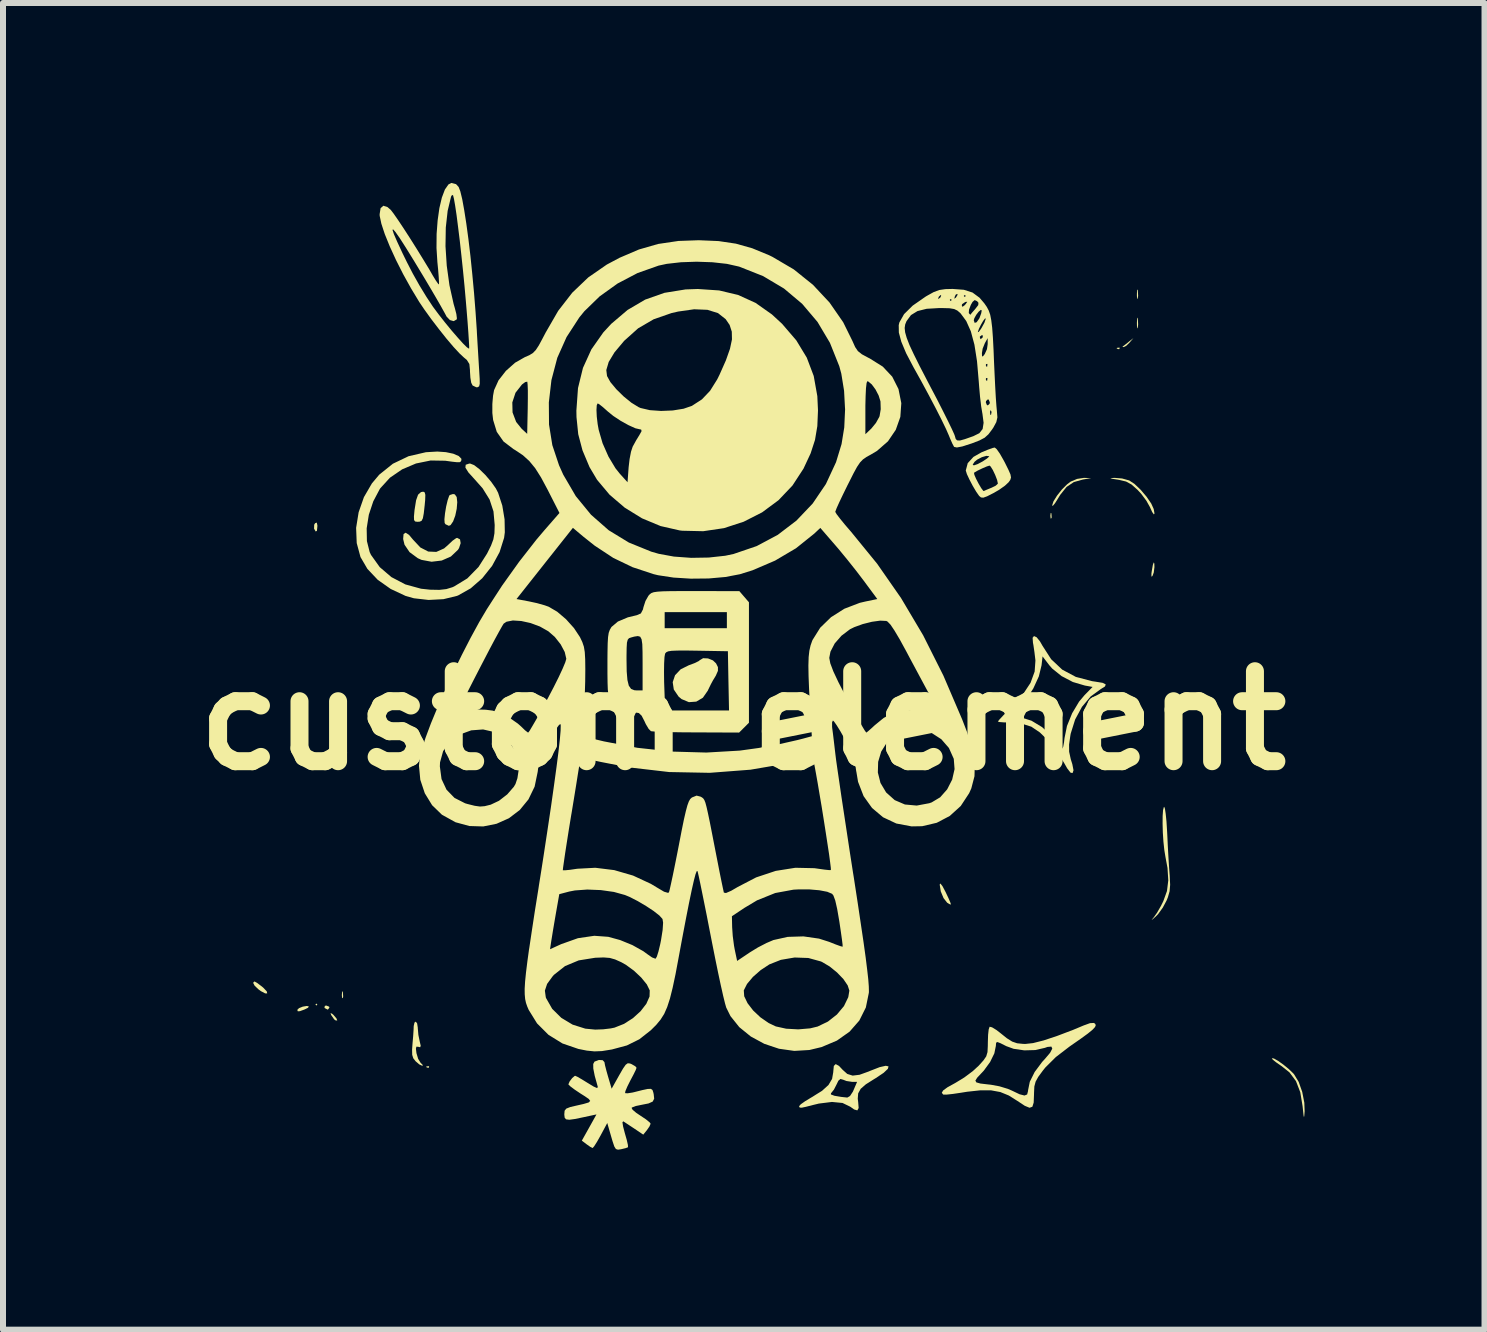
<source format=kicad_pcb>
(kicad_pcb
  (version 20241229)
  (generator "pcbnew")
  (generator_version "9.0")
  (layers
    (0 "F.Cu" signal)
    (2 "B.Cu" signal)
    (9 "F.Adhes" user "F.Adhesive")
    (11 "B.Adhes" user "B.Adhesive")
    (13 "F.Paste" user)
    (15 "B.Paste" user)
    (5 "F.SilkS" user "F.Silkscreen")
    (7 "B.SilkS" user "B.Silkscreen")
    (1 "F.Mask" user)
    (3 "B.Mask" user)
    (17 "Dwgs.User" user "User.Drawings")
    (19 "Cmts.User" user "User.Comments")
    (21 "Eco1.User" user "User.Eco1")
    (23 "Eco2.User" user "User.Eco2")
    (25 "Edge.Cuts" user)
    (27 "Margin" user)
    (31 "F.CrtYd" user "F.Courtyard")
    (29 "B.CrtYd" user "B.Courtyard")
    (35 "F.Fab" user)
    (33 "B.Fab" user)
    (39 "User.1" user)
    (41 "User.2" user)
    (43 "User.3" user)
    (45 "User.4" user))
  (footprint "custom element"
    (layer "F.Cu")
    (at 9.336 8.962)
    (property "Reference" "custom element" (at 0 0 0) (layer "F.SilkS") (effects (font (size 1.5 1.5) (thickness 0.3))))
    (attr board_only exclude_from_pos_files exclude_from_bom)
    (fp_poly (pts (xy -7.095 4.735) (xy -7.111 4.752) (xy -7.128 4.735) (xy -7.111 4.719)) (stroke (width 0) (type solid)) (fill yes) (layer "F.SilkS"))
    (fp_poly (pts (xy -5.232 5.767) (xy -5.236 5.787) (xy -5.254 5.789) (xy -5.282 5.777) (xy -5.276 5.767) (xy -5.237 5.763)) (stroke (width 0) (type solid)) (fill yes) (layer "F.SilkS"))
    (fp_poly (pts (xy 5.142 -3.455) (xy 5.147 -3.387) (xy 5.142 -3.372) (xy 5.13 -3.367) (xy 5.125 -3.413) (xy 5.131 -3.461)) (stroke (width 0) (type solid)) (fill yes) (layer "F.SilkS"))
    (fp_poly (pts (xy 6.28 -6.213) (xy 6.276 -6.193) (xy 6.258 -6.191) (xy 6.23 -6.203) (xy 6.236 -6.213) (xy 6.275 -6.217)) (stroke (width 0) (type solid)) (fill yes) (layer "F.SilkS"))
    (fp_poly (pts (xy -7.095 -3.254) (xy -7.095 -3.236) (xy -7.102 -3.163) (xy -7.123 -3.151) (xy -7.15 -3.198) (xy -7.148 -3.264) (xy -7.133 -3.289) (xy -7.105 -3.3)) (stroke (width 0) (type solid)) (fill yes) (layer "F.SilkS"))
    (fp_poly (pts (xy -6.9 4.77) (xy -6.894 4.786) (xy -6.918 4.818) (xy -6.925 4.819) (xy -6.971 4.795) (xy -6.977 4.786) (xy -6.97 4.757) (xy -6.946 4.752)) (stroke (width 0) (type solid)) (fill yes) (layer "F.SilkS"))
    (fp_poly (pts (xy -6.671 4.521) (xy -6.67 4.527) (xy -6.665 4.6) (xy -6.671 4.627) (xy -6.682 4.628) (xy -6.687 4.576) (xy -6.686 4.568) (xy -6.682 4.516)) (stroke (width 0) (type solid)) (fill yes) (layer "F.SilkS"))
    (fp_poly (pts (xy 6.583 -6.701) (xy 6.588 -6.604) (xy 6.583 -6.551) (xy 6.574 -6.535) (xy 6.569 -6.577) (xy 6.568 -6.626) (xy 6.571 -6.698) (xy 6.578 -6.718)) (stroke (width 0) (type solid)) (fill yes) (layer "F.SilkS"))
    (fp_poly (pts (xy 6.583 -7.17) (xy 6.588 -7.082) (xy 6.582 -7.036) (xy 6.573 -7.028) (xy 6.568 -7.076) (xy 6.568 -7.111) (xy 6.571 -7.176) (xy 6.578 -7.186)) (stroke (width 0) (type solid)) (fill yes) (layer "F.SilkS"))
    (fp_poly (pts (xy -6.85 4.888) (xy -6.825 4.91) (xy -6.777 4.966) (xy -6.764 5.001) (xy -6.765 5.003) (xy -6.798 4.997) (xy -6.817 4.979) (xy -6.865 4.91) (xy -6.876 4.877)) (stroke (width 0) (type solid)) (fill yes) (layer "F.SilkS"))
    (fp_poly (pts (xy 6.445 -6.3) (xy 6.389 -6.246) (xy 6.348 -6.225) (xy 6.325 -6.231) (xy 6.328 -6.233) (xy 6.361 -6.258) (xy 6.423 -6.306) (xy 6.425 -6.309) (xy 6.509 -6.375)) (stroke (width 0) (type solid)) (fill yes) (layer "F.SilkS"))
    (fp_poly (pts (xy 6.858 -2.617) (xy 6.86 -2.557) (xy 6.849 -2.468) (xy 6.827 -2.409) (xy 6.81 -2.398) (xy 6.81 -2.45) (xy 6.816 -2.493) (xy 6.834 -2.595) (xy 6.849 -2.637)) (stroke (width 0) (type solid)) (fill yes) (layer "F.SilkS"))
    (fp_poly (pts (xy -7.237 4.766) (xy -7.251 4.789) (xy -7.31 4.818) (xy -7.31 4.818) (xy -7.387 4.846) (xy -7.421 4.848) (xy -7.429 4.827) (xy -7.429 4.823) (xy -7.401 4.795) (xy -7.338 4.77) (xy -7.272 4.759)) (stroke (width 0) (type solid)) (fill yes) (layer "F.SilkS"))
    (fp_poly (pts (xy -8.102 4.373) (xy -8.034 4.424) (xy -7.999 4.452) (xy -7.939 4.515) (xy -7.931 4.549) (xy -7.966 4.549) (xy -8.036 4.512) (xy -8.077 4.482) (xy -8.141 4.421) (xy -8.166 4.373) (xy -8.147 4.352) (xy -8.14 4.352)) (stroke (width 0) (type solid)) (fill yes) (layer "F.SilkS"))
    (fp_poly (pts (xy 3.326 2.761) (xy 3.379 2.861) (xy 3.427 2.963) (xy 3.459 3.038) (xy 3.468 3.069) (xy 3.438 3.059) (xy 3.404 3.037) (xy 3.344 2.96) (xy 3.298 2.849) (xy 3.28 2.735) (xy 3.28 2.734) (xy 3.292 2.717)) (stroke (width 0) (type solid)) (fill yes) (layer "F.SilkS"))
    (fp_poly (pts (xy -4.803 -3.77) (xy -4.772 -3.725) (xy -4.763 -3.639) (xy -4.772 -3.529) (xy -4.796 -3.416) (xy -4.832 -3.319) (xy -4.874 -3.258) (xy -4.903 -3.246) (xy -4.959 -3.272) (xy -4.973 -3.293) (xy -4.977 -3.354) (xy -4.967 -3.453) (xy -4.948 -3.568) (xy -4.923 -3.673) (xy -4.898 -3.745) (xy -4.888 -3.759) (xy -4.834 -3.776)) (stroke (width 0) (type solid)) (fill yes) (layer "F.SilkS"))
    (fp_poly (pts (xy 5.689 -4.045) (xy 5.806 -4.041) (xy 5.668 -4.018) (xy 5.516 -3.975) (xy 5.395 -3.894) (xy 5.29 -3.763) (xy 5.255 -3.706) (xy 5.203 -3.623) (xy 5.167 -3.58) (xy 5.154 -3.584) (xy 5.177 -3.654) (xy 5.236 -3.749) (xy 5.316 -3.85) (xy 5.404 -3.938) (xy 5.464 -3.983) (xy 5.571 -4.028) (xy 5.683 -4.045)) (stroke (width 0) (type solid)) (fill yes) (layer "F.SilkS"))
    (fp_poly (pts (xy -5.306 -3.804) (xy -5.295 -3.762) (xy -5.298 -3.675) (xy -5.306 -3.589) (xy -5.321 -3.454) (xy -5.336 -3.372) (xy -5.357 -3.33) (xy -5.389 -3.315) (xy -5.428 -3.313) (xy -5.465 -3.318) (xy -5.483 -3.342) (xy -5.485 -3.401) (xy -5.475 -3.51) (xy -5.473 -3.522) (xy -5.449 -3.672) (xy -5.416 -3.765) (xy -5.368 -3.808) (xy -5.331 -3.815)) (stroke (width 0) (type solid)) (fill yes) (layer "F.SilkS"))
    (fp_poly (pts (xy 8.853 5.635) (xy 8.923 5.675) (xy 9.01 5.737) (xy 9.099 5.81) (xy 9.173 5.881) (xy 9.188 5.898) (xy 9.265 6.025) (xy 9.324 6.192) (xy 9.359 6.373) (xy 9.364 6.516) (xy 9.358 6.591) (xy 9.353 6.614) (xy 9.346 6.581) (xy 9.336 6.487) (xy 9.33 6.43) (xy 9.291 6.196) (xy 9.22 6.012) (xy 9.111 5.866) (xy 8.976 5.759) (xy 8.888 5.698) (xy 8.83 5.651) (xy 8.817 5.629)) (stroke (width 0) (type solid)) (fill yes) (layer "F.SilkS"))
    (fp_poly (pts (xy 6.321 -4.035) (xy 6.437 -4.003) (xy 6.44 -4.002) (xy 6.527 -3.945) (xy 6.629 -3.848) (xy 6.728 -3.732) (xy 6.807 -3.617) (xy 6.848 -3.526) (xy 6.861 -3.451) (xy 6.851 -3.436) (xy 6.822 -3.476) (xy 6.784 -3.56) (xy 6.725 -3.665) (xy 6.639 -3.78) (xy 6.579 -3.845) (xy 6.479 -3.934) (xy 6.388 -3.984) (xy 6.275 -4.011) (xy 6.253 -4.015) (xy 6.158 -4.03) (xy 6.125 -4.038) (xy 6.151 -4.043) (xy 6.2 -4.045)) (stroke (width 0) (type solid)) (fill yes) (layer "F.SilkS"))
    (fp_poly (pts (xy -5.567 -3.095) (xy -5.5 -3.015) (xy -5.378 -2.885) (xy -5.247 -2.817) (xy -5.112 -2.811) (xy -4.982 -2.869) (xy -4.915 -2.928) (xy -4.842 -2.997) (xy -4.783 -3.039) (xy -4.765 -3.045) (xy -4.717 -3.02) (xy -4.706 -2.957) (xy -4.733 -2.875) (xy -4.751 -2.846) (xy -4.869 -2.734) (xy -5.022 -2.667) (xy -5.191 -2.647) (xy -5.359 -2.678) (xy -5.421 -2.706) (xy -5.558 -2.807) (xy -5.642 -2.931) (xy -5.665 -3.026) (xy -5.658 -3.108) (xy -5.624 -3.131)) (stroke (width 0) (type solid)) (fill yes) (layer "F.SilkS"))
    (fp_poly (pts (xy -0.582 -1.035) (xy -0.5 -1.002) (xy -0.448 -0.952) (xy -0.417 -0.89) (xy -0.417 -0.828) (xy -0.452 -0.748) (xy -0.5 -0.669) (xy -0.534 -0.606) (xy -0.578 -0.516) (xy -0.586 -0.498) (xy -0.668 -0.38) (xy -0.778 -0.315) (xy -0.901 -0.306) (xy -1.023 -0.357) (xy -1.073 -0.399) (xy -1.153 -0.517) (xy -1.171 -0.639) (xy -1.132 -0.755) (xy -1.038 -0.854) (xy -0.905 -0.92) (xy -0.806 -0.957) (xy -0.737 -0.991) (xy -0.718 -1.007) (xy -0.664 -1.039)) (stroke (width 0) (type solid)) (fill yes) (layer "F.SilkS"))
    (fp_poly (pts (xy -5.432 5.049) (xy -5.421 5.12) (xy -5.421 5.129) (xy -5.411 5.242) (xy -5.389 5.349) (xy -5.372 5.422) (xy -5.381 5.447) (xy -5.411 5.44) (xy -5.444 5.437) (xy -5.452 5.472) (xy -5.443 5.546) (xy -5.415 5.64) (xy -5.373 5.708) (xy -5.366 5.714) (xy -5.335 5.746) (xy -5.347 5.756) (xy -5.395 5.734) (xy -5.457 5.681) (xy -5.496 5.631) (xy -5.514 5.574) (xy -5.516 5.488) (xy -5.509 5.388) (xy -5.498 5.262) (xy -5.491 5.154) (xy -5.489 5.095) (xy -5.476 5.036) (xy -5.455 5.02)) (stroke (width 0) (type solid)) (fill yes) (layer "F.SilkS"))
    (fp_poly (pts (xy 7.035 1.47) (xy 7.048 1.557) (xy 7.061 1.686) (xy 7.071 1.845) (xy 7.074 1.899) (xy 7.083 2.094) (xy 7.094 2.288) (xy 7.105 2.461) (xy 7.115 2.591) (xy 7.115 2.596) (xy 7.122 2.739) (xy 7.113 2.847) (xy 7.084 2.948) (xy 7.062 3.002) (xy 6.999 3.12) (xy 6.921 3.228) (xy 6.883 3.267) (xy 6.825 3.318) (xy 6.813 3.324) (xy 6.845 3.286) (xy 6.85 3.28) (xy 6.905 3.202) (xy 6.968 3.092) (xy 7.008 3.012) (xy 7.069 2.843) (xy 7.091 2.664) (xy 7.078 2.458) (xy 7.044 2.276) (xy 7.025 2.16) (xy 7.01 2.02) (xy 7 1.868) (xy 6.996 1.72) (xy 6.997 1.59) (xy 7.004 1.493) (xy 7.017 1.443) (xy 7.023 1.439)) (stroke (width 0) (type solid)) (fill yes) (layer "F.SilkS"))
    (fp_poly (pts (xy 1.601 5.758) (xy 1.662 5.823) (xy 1.739 5.892) (xy 1.829 5.92) (xy 1.944 5.906) (xy 2.097 5.851) (xy 2.122 5.84) (xy 2.279 5.779) (xy 2.381 5.756) (xy 2.427 5.766) (xy 2.416 5.807) (xy 2.345 5.874) (xy 2.212 5.963) (xy 2.187 5.978) (xy 2.049 6.065) (xy 1.963 6.14) (xy 1.921 6.216) (xy 1.914 6.305) (xy 1.921 6.361) (xy 1.929 6.46) (xy 1.907 6.5) (xy 1.853 6.484) (xy 1.79 6.439) (xy 1.66 6.376) (xy 1.484 6.359) (xy 1.266 6.386) (xy 1.171 6.409) (xy 1.05 6.44) (xy 0.98 6.455) (xy 0.947 6.453) (xy 0.937 6.436) (xy 0.937 6.428) (xy 0.964 6.398) (xy 1.036 6.347) (xy 1.137 6.286) (xy 1.153 6.277) (xy 1.221 6.234) (xy 1.466 6.234) (xy 1.525 6.256) (xy 1.638 6.275) (xy 1.74 6.286) (xy 1.785 6.26) (xy 1.833 6.187) (xy 1.846 6.157) (xy 1.903 6.024) (xy 1.819 6.024) (xy 1.726 6.01) (xy 1.672 5.989) (xy 1.625 5.976) (xy 1.591 6.005) (xy 1.56 6.069) (xy 1.517 6.153) (xy 1.473 6.208) (xy 1.468 6.212) (xy 1.466 6.234) (xy 1.221 6.234) (xy 1.318 6.174) (xy 1.426 6.076) (xy 1.486 5.975) (xy 1.506 5.86) (xy 1.506 5.852) (xy 1.515 5.759) (xy 1.546 5.728)) (stroke (width 0) (type solid)) (fill yes) (layer "F.SilkS"))
    (fp_poly (pts (xy 4.231 -4.523) (xy 4.283 -4.449) (xy 4.344 -4.342) (xy 4.365 -4.303) (xy 4.426 -4.18) (xy 4.46 -4.102) (xy 4.469 -4.051) (xy 4.457 -4.012) (xy 4.43 -3.973) (xy 4.368 -3.915) (xy 4.269 -3.845) (xy 4.177 -3.792) (xy 4.071 -3.738) (xy 4.007 -3.715) (xy 3.968 -3.719) (xy 3.938 -3.744) (xy 3.889 -3.814) (xy 3.831 -3.912) (xy 3.776 -4.017) (xy 3.733 -4.109) (xy 3.727 -4.129) (xy 3.852 -4.129) (xy 3.858 -4.096) (xy 3.887 -4.029) (xy 3.929 -3.948) (xy 3.972 -3.875) (xy 4.006 -3.83) (xy 4.016 -3.826) (xy 4.055 -3.844) (xy 4.13 -3.875) (xy 4.141 -3.879) (xy 4.214 -3.915) (xy 4.249 -3.948) (xy 4.25 -3.951) (xy 4.237 -4.011) (xy 4.205 -4.094) (xy 4.166 -4.176) (xy 4.129 -4.235) (xy 4.111 -4.25) (xy 4.066 -4.236) (xy 3.989 -4.203) (xy 3.91 -4.165) (xy 3.856 -4.133) (xy 3.852 -4.129) (xy 3.727 -4.129) (xy 3.715 -4.167) (xy 3.715 -4.169) (xy 3.741 -4.266) (xy 3.83 -4.266) (xy 3.849 -4.253) (xy 3.913 -4.275) (xy 3.999 -4.321) (xy 4.069 -4.368) (xy 4.104 -4.4) (xy 4.105 -4.406) (xy 4.058 -4.412) (xy 3.983 -4.39) (xy 3.906 -4.35) (xy 3.862 -4.314) (xy 3.83 -4.266) (xy 3.741 -4.266) (xy 3.747 -4.29) (xy 3.843 -4.395) (xy 3.977 -4.471) (xy 4.081 -4.514) (xy 4.164 -4.544) (xy 4.198 -4.551)) (stroke (width 0) (type solid)) (fill yes) (layer "F.SilkS"))
    (fp_poly (pts (xy 4.896 -1.388) (xy 4.952 -1.319) (xy 4.992 -1.249) (xy 5.138 -1.022) (xy 5.323 -0.848) (xy 5.55 -0.727) (xy 5.82 -0.656) (xy 5.881 -0.647) (xy 5.997 -0.628) (xy 6.048 -0.602) (xy 6.036 -0.568) (xy 5.963 -0.522) (xy 5.797 -0.401) (xy 5.652 -0.228) (xy 5.538 -0.017) (xy 5.464 0.219) (xy 5.458 0.253) (xy 5.437 0.401) (xy 5.438 0.52) (xy 5.465 0.645) (xy 5.491 0.727) (xy 5.511 0.83) (xy 5.495 0.876) (xy 5.461 0.869) (xy 5.406 0.798) (xy 5.357 0.712) (xy 5.236 0.517) (xy 5.096 0.341) (xy 4.95 0.199) (xy 4.811 0.105) (xy 4.808 0.103) (xy 4.633 0.048) (xy 4.457 0.033) (xy 4.349 0.031) (xy 4.274 0.025) (xy 4.25 0.017) (xy 4.272 -0.012) (xy 4.33 -0.074) (xy 4.485 -0.074) (xy 4.631 -0.053) (xy 4.81 0.003) (xy 4.987 0.11) (xy 5.144 0.254) (xy 5.192 0.314) (xy 5.257 0.397) (xy 5.306 0.453) (xy 5.325 0.467) (xy 5.339 0.438) (xy 5.353 0.361) (xy 5.361 0.293) (xy 5.402 0.091) (xy 5.488 -0.121) (xy 5.604 -0.315) (xy 5.694 -0.422) (xy 5.829 -0.56) (xy 5.7 -0.583) (xy 5.5 -0.642) (xy 5.311 -0.741) (xy 5.155 -0.867) (xy 5.107 -0.922) (xy 4.995 -1.069) (xy 4.978 -0.92) (xy 4.933 -0.736) (xy 4.841 -0.535) (xy 4.715 -0.339) (xy 4.634 -0.24) (xy 4.485 -0.074) (xy 4.33 -0.074) (xy 4.332 -0.077) (xy 4.419 -0.166) (xy 4.479 -0.226) (xy 4.667 -0.435) (xy 4.795 -0.629) (xy 4.863 -0.816) (xy 4.876 -0.998) (xy 4.875 -1.011) (xy 4.86 -1.137) (xy 4.843 -1.254) (xy 4.835 -1.297) (xy 4.829 -1.379) (xy 4.852 -1.408)) (stroke (width 0) (type solid)) (fill yes) (layer "F.SilkS"))
    (fp_poly (pts (xy -4.952 -4.474) (xy -4.829 -4.448) (xy -4.738 -4.409) (xy -4.694 -4.364) (xy -4.694 -4.34) (xy -4.704 -4.318) (xy -4.723 -4.306) (xy -4.766 -4.306) (xy -4.849 -4.315) (xy -4.964 -4.331) (xy -5.206 -4.335) (xy -5.451 -4.285) (xy -5.682 -4.187) (xy -5.885 -4.048) (xy -6.044 -3.874) (xy -6.055 -3.858) (xy -6.163 -3.654) (xy -6.237 -3.431) (xy -6.273 -3.204) (xy -6.269 -2.991) (xy -6.223 -2.808) (xy -6.201 -2.761) (xy -6.055 -2.557) (xy -5.861 -2.391) (xy -5.628 -2.269) (xy -5.366 -2.197) (xy -5.216 -2.181) (xy -5.06 -2.178) (xy -4.945 -2.191) (xy -4.844 -2.222) (xy -4.815 -2.235) (xy -4.595 -2.369) (xy -4.409 -2.559) (xy -4.266 -2.783) (xy -4.2 -2.916) (xy -4.161 -3.02) (xy -4.143 -3.121) (xy -4.139 -3.247) (xy -4.139 -3.262) (xy -4.159 -3.486) (xy -4.224 -3.684) (xy -4.34 -3.871) (xy -4.473 -4.021) (xy -4.577 -4.136) (xy -4.627 -4.216) (xy -4.622 -4.264) (xy -4.565 -4.283) (xy -4.548 -4.284) (xy -4.482 -4.258) (xy -4.393 -4.19) (xy -4.294 -4.093) (xy -4.199 -3.982) (xy -4.12 -3.87) (xy -4.082 -3.797) (xy -4.012 -3.583) (xy -3.974 -3.354) (xy -3.97 -3.137) (xy -3.982 -3.046) (xy -4.057 -2.808) (xy -4.182 -2.578) (xy -4.346 -2.372) (xy -4.538 -2.204) (xy -4.747 -2.086) (xy -4.77 -2.077) (xy -4.993 -2.023) (xy -5.241 -2.01) (xy -5.486 -2.038) (xy -5.622 -2.076) (xy -5.872 -2.193) (xy -6.089 -2.346) (xy -6.261 -2.528) (xy -6.376 -2.725) (xy -6.439 -2.958) (xy -6.449 -3.212) (xy -6.407 -3.472) (xy -6.319 -3.724) (xy -6.186 -3.953) (xy -6.064 -4.098) (xy -5.836 -4.281) (xy -5.575 -4.406) (xy -5.285 -4.473) (xy -5.096 -4.484)) (stroke (width 0) (type solid)) (fill yes) (layer "F.SilkS"))
    (fp_poly (pts (xy 5.87 5.054) (xy 5.882 5.078) (xy 5.87 5.11) (xy 5.828 5.155) (xy 5.75 5.219) (xy 5.629 5.307) (xy 5.458 5.426) (xy 5.441 5.438) (xy 5.216 5.611) (xy 5.042 5.784) (xy 5.001 5.835) (xy 4.923 5.941) (xy 4.879 6.021) (xy 4.858 6.101) (xy 4.853 6.204) (xy 4.852 6.245) (xy 4.847 6.37) (xy 4.825 6.439) (xy 4.778 6.456) (xy 4.698 6.423) (xy 4.576 6.342) (xy 4.574 6.341) (xy 4.431 6.251) (xy 4.291 6.194) (xy 4.139 6.166) (xy 3.959 6.165) (xy 3.737 6.189) (xy 3.631 6.206) (xy 3.503 6.225) (xy 3.402 6.236) (xy 3.344 6.237) (xy 3.338 6.235) (xy 3.315 6.206) (xy 3.337 6.168) (xy 3.409 6.115) (xy 3.539 6.043) (xy 3.546 6.039) (xy 3.605 6.003) (xy 3.875 6.003) (xy 3.891 6.033) (xy 3.959 6.052) (xy 4.086 6.067) (xy 4.133 6.072) (xy 4.275 6.098) (xy 4.417 6.141) (xy 4.484 6.17) (xy 4.612 6.231) (xy 4.694 6.252) (xy 4.738 6.234) (xy 4.753 6.176) (xy 4.753 6.166) (xy 4.782 6.023) (xy 4.863 5.86) (xy 4.988 5.692) (xy 5.034 5.642) (xy 5.121 5.539) (xy 5.157 5.47) (xy 5.142 5.436) (xy 5.076 5.442) (xy 5.034 5.457) (xy 4.873 5.494) (xy 4.69 5.499) (xy 4.512 5.473) (xy 4.391 5.429) (xy 4.294 5.38) (xy 4.242 5.36) (xy 4.221 5.371) (xy 4.217 5.411) (xy 4.217 5.422) (xy 4.191 5.549) (xy 4.12 5.694) (xy 4.014 5.839) (xy 3.975 5.88) (xy 3.905 5.955) (xy 3.875 6.003) (xy 3.605 6.003) (xy 3.69 5.951) (xy 3.832 5.845) (xy 3.931 5.754) (xy 4.01 5.666) (xy 4.056 5.599) (xy 4.077 5.528) (xy 4.082 5.428) (xy 4.083 5.358) (xy 4.087 5.239) (xy 4.097 5.149) (xy 4.112 5.106) (xy 4.113 5.105) (xy 4.153 5.115) (xy 4.225 5.159) (xy 4.285 5.205) (xy 4.4 5.297) (xy 4.489 5.353) (xy 4.571 5.381) (xy 4.67 5.391) (xy 4.709 5.392) (xy 4.836 5.378) (xy 5.014 5.333) (xy 5.239 5.258) (xy 5.505 5.157) (xy 5.682 5.083) (xy 5.787 5.045) (xy 5.85 5.042)) (stroke (width 0) (type solid)) (fill yes) (layer "F.SilkS"))
    (fp_poly (pts (xy -0.786 -2.158) (xy -0.06 -2.157) (xy 0.02 -2.064) (xy 0.1 -1.971) (xy 0.1 -0.967) (xy 0.1 0.037) (xy 0.018 0.119) (xy -0.064 0.201) (xy -0.777 0.198) (xy -0.99 0.197) (xy -1.183 0.194) (xy -1.343 0.19) (xy -1.461 0.185) (xy -1.526 0.179) (xy -1.534 0.178) (xy -1.573 0.138) (xy -1.62 0.059) (xy -1.641 0.013) (xy -1.689 -0.08) (xy -1.735 -0.124) (xy -1.79 -0.134) (xy -1.933 -0.161) (xy -2.078 -0.234) (xy -2.175 -0.316) (xy -2.207 -0.353) (xy -2.229 -0.391) (xy -2.244 -0.441) (xy -2.253 -0.516) (xy -2.257 -0.627) (xy -2.259 -0.784) (xy -2.259 -0.937) (xy -2.259 -1.019) (xy -1.941 -1.019) (xy -1.938 -0.818) (xy -1.926 -0.675) (xy -1.903 -0.581) (xy -1.865 -0.527) (xy -1.811 -0.505) (xy -1.774 -0.502) (xy -1.673 -0.502) (xy -1.673 -0.808) (xy -1.316 -0.808) (xy -1.314 -0.64) (xy -1.313 -0.611) (xy -1.297 -0.167) (xy -0.765 -0.167) (xy -0.232 -0.167) (xy -0.242 -0.661) (xy -0.251 -1.155) (xy -0.76 -1.164) (xy -0.956 -1.167) (xy -1.096 -1.166) (xy -1.19 -1.162) (xy -1.247 -1.153) (xy -1.28 -1.137) (xy -1.298 -1.115) (xy -1.298 -1.114) (xy -1.308 -1.059) (xy -1.314 -0.952) (xy -1.316 -0.808) (xy -1.673 -0.808) (xy -1.673 -0.954) (xy -1.674 -1.142) (xy -1.678 -1.273) (xy -1.69 -1.354) (xy -1.713 -1.397) (xy -1.752 -1.408) (xy -1.812 -1.399) (xy -1.866 -1.384) (xy -1.9 -1.372) (xy -1.921 -1.347) (xy -1.934 -1.297) (xy -1.939 -1.21) (xy -1.941 -1.072) (xy -1.941 -1.019) (xy -2.259 -1.019) (xy -2.258 -1.14) (xy -2.255 -1.287) (xy -2.249 -1.39) (xy -2.238 -1.461) (xy -2.22 -1.511) (xy -2.196 -1.553) (xy -2.189 -1.562) (xy -2.085 -1.65) (xy -2.03 -1.673) (xy -1.305 -1.673) (xy -1.305 -1.539) (xy -0.786 -1.539) (xy -0.268 -1.539) (xy -0.268 -1.673) (xy -0.268 -1.807) (xy -0.786 -1.807) (xy -1.305 -1.807) (xy -1.305 -1.673) (xy -2.03 -1.673) (xy -1.919 -1.72) (xy -1.769 -1.756) (xy -1.702 -1.785) (xy -1.667 -1.852) (xy -1.659 -1.888) (xy -1.625 -1.993) (xy -1.575 -2.081) (xy -1.552 -2.106) (xy -1.526 -2.125) (xy -1.487 -2.139) (xy -1.426 -2.148) (xy -1.334 -2.154) (xy -1.203 -2.157) (xy -1.022 -2.158)) (stroke (width 0) (type solid)) (fill yes) (layer "F.SilkS"))
    (fp_poly (pts (xy -0.397 -7.17) (xy -0.079 -7.094) (xy 0.211 -6.962) (xy 0.483 -6.77) (xy 0.653 -6.613) (xy 0.89 -6.337) (xy 1.064 -6.05) (xy 1.18 -5.744) (xy 1.24 -5.408) (xy 1.251 -5.17) (xy 1.24 -4.908) (xy 1.201 -4.677) (xy 1.128 -4.453) (xy 1.014 -4.209) (xy 1.01 -4.2) (xy 0.826 -3.918) (xy 0.593 -3.673) (xy 0.319 -3.47) (xy 0.012 -3.314) (xy -0.317 -3.207) (xy -0.662 -3.156) (xy -1.012 -3.164) (xy -1.054 -3.169) (xy -1.374 -3.242) (xy -1.683 -3.371) (xy -1.97 -3.548) (xy -2.223 -3.764) (xy -2.432 -4.013) (xy -2.558 -4.225) (xy -2.675 -4.504) (xy -2.746 -4.773) (xy -2.775 -5.058) (xy -2.777 -5.169) (xy -2.776 -5.178) (xy -2.442 -5.178) (xy -2.437 -5.067) (xy -2.422 -4.94) (xy -2.405 -4.846) (xy -2.34 -4.622) (xy -2.242 -4.4) (xy -2.125 -4.205) (xy -2.054 -4.116) (xy -1.924 -3.972) (xy -1.906 -4.22) (xy -1.89 -4.358) (xy -1.866 -4.482) (xy -1.838 -4.567) (xy -1.837 -4.568) (xy -1.78 -4.672) (xy -1.726 -4.76) (xy -1.69 -4.825) (xy -1.697 -4.851) (xy -1.711 -4.853) (xy -1.793 -4.872) (xy -1.908 -4.924) (xy -2.038 -4.996) (xy -2.162 -5.078) (xy -2.252 -5.151) (xy -2.334 -5.224) (xy -2.396 -5.273) (xy -2.422 -5.287) (xy -2.437 -5.257) (xy -2.442 -5.178) (xy -2.776 -5.178) (xy -2.75 -5.542) (xy -2.676 -5.843) (xy -2.278 -5.843) (xy -2.266 -5.743) (xy -2.21 -5.642) (xy -2.112 -5.524) (xy -1.99 -5.404) (xy -1.861 -5.299) (xy -1.741 -5.225) (xy -1.707 -5.21) (xy -1.552 -5.174) (xy -1.365 -5.161) (xy -1.17 -5.169) (xy -0.99 -5.198) (xy -0.85 -5.246) (xy -0.849 -5.247) (xy -0.684 -5.354) (xy -0.548 -5.497) (xy -0.429 -5.687) (xy -0.39 -5.766) (xy -0.284 -6.005) (xy -0.216 -6.198) (xy -0.183 -6.354) (xy -0.186 -6.483) (xy -0.222 -6.594) (xy -0.288 -6.691) (xy -0.416 -6.792) (xy -0.592 -6.847) (xy -0.814 -6.856) (xy -1.08 -6.818) (xy -1.19 -6.793) (xy -1.489 -6.689) (xy -1.748 -6.538) (xy -1.979 -6.331) (xy -1.986 -6.323) (xy -2.142 -6.137) (xy -2.238 -5.978) (xy -2.278 -5.843) (xy -2.676 -5.843) (xy -2.667 -5.879) (xy -2.527 -6.187) (xy -2.328 -6.47) (xy -2.196 -6.613) (xy -1.923 -6.845) (xy -1.63 -7.017) (xy -1.309 -7.13) (xy -0.956 -7.187) (xy -0.752 -7.194)) (stroke (width 0) (type solid)) (fill yes) (layer "F.SilkS"))
    (fp_poly (pts (xy -2.338 5.663) (xy -2.309 5.695) (xy -2.309 5.697) (xy -2.299 5.75) (xy -2.275 5.844) (xy -2.248 5.939) (xy -2.189 6.138) (xy -2.064 5.915) (xy -1.999 5.802) (xy -1.955 5.739) (xy -1.92 5.714) (xy -1.883 5.718) (xy -1.856 5.729) (xy -1.795 5.764) (xy -1.774 5.789) (xy -1.788 5.828) (xy -1.827 5.907) (xy -1.878 6.003) (xy -1.928 6.103) (xy -1.96 6.179) (xy -1.965 6.212) (xy -1.925 6.215) (xy -1.846 6.203) (xy -1.819 6.197) (xy -1.676 6.161) (xy -1.586 6.142) (xy -1.534 6.141) (xy -1.508 6.16) (xy -1.495 6.199) (xy -1.488 6.229) (xy -1.48 6.305) (xy -1.505 6.353) (xy -1.574 6.384) (xy -1.695 6.408) (xy -1.787 6.427) (xy -1.847 6.45) (xy -1.857 6.458) (xy -1.84 6.489) (xy -1.78 6.54) (xy -1.707 6.589) (xy -1.617 6.649) (xy -1.556 6.699) (xy -1.539 6.722) (xy -1.559 6.768) (xy -1.601 6.829) (xy -1.662 6.904) (xy -1.81 6.804) (xy -1.901 6.744) (xy -1.972 6.697) (xy -1.996 6.682) (xy -2.009 6.698) (xy -1.998 6.769) (xy -1.969 6.88) (xy -1.937 6.992) (xy -1.918 7.076) (xy -1.916 7.114) (xy -1.916 7.114) (xy -1.955 7.129) (xy -2.03 7.147) (xy -2.03 7.147) (xy -2.083 7.155) (xy -2.118 7.144) (xy -2.145 7.101) (xy -2.174 7.014) (xy -2.196 6.939) (xy -2.262 6.71) (xy -2.374 6.919) (xy -2.432 7.022) (xy -2.479 7.096) (xy -2.505 7.127) (xy -2.506 7.127) (xy -2.545 7.108) (xy -2.606 7.065) (xy -2.686 7.004) (xy -2.564 6.786) (xy -2.442 6.567) (xy -2.651 6.612) (xy -2.8 6.643) (xy -2.895 6.656) (xy -2.949 6.649) (xy -2.972 6.622) (xy -2.978 6.573) (xy -2.978 6.562) (xy -2.973 6.505) (xy -2.945 6.47) (xy -2.879 6.444) (xy -2.803 6.426) (xy -2.658 6.393) (xy -2.573 6.368) (xy -2.546 6.342) (xy -2.572 6.308) (xy -2.647 6.257) (xy -2.706 6.22) (xy -2.806 6.153) (xy -2.879 6.098) (xy -2.91 6.067) (xy -2.91 6.065) (xy -2.89 6.018) (xy -2.847 5.961) (xy -2.806 5.926) (xy -2.797 5.923) (xy -2.759 5.94) (xy -2.683 5.984) (xy -2.589 6.042) (xy -2.49 6.102) (xy -2.436 6.126) (xy -2.419 6.115) (xy -2.422 6.1) (xy -2.471 5.924) (xy -2.495 5.802) (xy -2.496 5.726) (xy -2.475 5.687) (xy -2.473 5.686) (xy -2.401 5.659)) (stroke (width 0) (type solid)) (fill yes) (layer "F.SilkS"))
    (fp_poly (pts (xy -4.783 -8.942) (xy -4.74 -8.895) (xy -4.712 -8.823) (xy -4.68 -8.691) (xy -4.647 -8.509) (xy -4.612 -8.285) (xy -4.577 -8.027) (xy -4.543 -7.742) (xy -4.512 -7.439) (xy -4.483 -7.127) (xy -4.458 -6.812) (xy -4.437 -6.504) (xy -4.435 -6.459) (xy -4.424 -6.272) (xy -4.412 -6.073) (xy -4.401 -5.893) (xy -4.397 -5.831) (xy -4.389 -5.696) (xy -4.388 -5.614) (xy -4.398 -5.572) (xy -4.421 -5.557) (xy -4.444 -5.555) (xy -4.507 -5.585) (xy -4.53 -5.631) (xy -4.544 -5.714) (xy -4.551 -5.822) (xy -4.551 -5.842) (xy -4.561 -5.943) (xy -4.603 -6.011) (xy -4.651 -6.051) (xy -4.723 -6.118) (xy -4.824 -6.227) (xy -4.943 -6.367) (xy -5.07 -6.527) (xy -5.197 -6.693) (xy -5.313 -6.854) (xy -5.396 -6.977) (xy -5.533 -7.204) (xy -5.664 -7.44) (xy -5.784 -7.677) (xy -5.888 -7.904) (xy -5.971 -8.109) (xy -5.994 -8.178) (xy -5.842 -8.178) (xy -5.819 -8.108) (xy -5.763 -7.979) (xy -5.676 -7.792) (xy -5.604 -7.645) (xy -5.505 -7.453) (xy -5.391 -7.25) (xy -5.275 -7.06) (xy -5.173 -6.906) (xy -5.17 -6.901) (xy -5.074 -6.772) (xy -4.968 -6.637) (xy -4.859 -6.504) (xy -4.756 -6.385) (xy -4.668 -6.287) (xy -4.602 -6.222) (xy -4.567 -6.199) (xy -4.565 -6.2) (xy -4.564 -6.235) (xy -4.569 -6.327) (xy -4.578 -6.467) (xy -4.591 -6.646) (xy -4.608 -6.854) (xy -4.62 -6.996) (xy -4.642 -7.244) (xy -4.667 -7.5) (xy -4.694 -7.755) (xy -4.721 -8) (xy -4.749 -8.226) (xy -4.774 -8.423) (xy -4.798 -8.584) (xy -4.818 -8.698) (xy -4.833 -8.757) (xy -4.836 -8.762) (xy -4.858 -8.751) (xy -4.867 -8.731) (xy -4.923 -8.497) (xy -4.954 -8.218) (xy -4.959 -7.907) (xy -4.938 -7.582) (xy -4.893 -7.256) (xy -4.824 -6.947) (xy -4.803 -6.874) (xy -4.778 -6.777) (xy -4.769 -6.706) (xy -4.772 -6.687) (xy -4.822 -6.658) (xy -4.885 -6.676) (xy -4.941 -6.734) (xy -4.95 -6.752) (xy -4.981 -6.809) (xy -5.039 -6.913) (xy -5.119 -7.052) (xy -5.215 -7.216) (xy -5.312 -7.379) (xy -5.48 -7.657) (xy -5.616 -7.877) (xy -5.72 -8.04) (xy -5.793 -8.144) (xy -5.834 -8.19) (xy -5.842 -8.178) (xy -5.994 -8.178) (xy -6.028 -8.282) (xy -6.056 -8.413) (xy -6.057 -8.442) (xy -6.041 -8.541) (xy -5.995 -8.582) (xy -5.926 -8.56) (xy -5.87 -8.511) (xy -5.824 -8.451) (xy -5.751 -8.346) (xy -5.657 -8.205) (xy -5.551 -8.041) (xy -5.44 -7.865) (xy -5.331 -7.688) (xy -5.23 -7.522) (xy -5.171 -7.419) (xy -5.119 -7.334) (xy -5.081 -7.28) (xy -5.068 -7.27) (xy -5.067 -7.305) (xy -5.072 -7.393) (xy -5.082 -7.52) (xy -5.094 -7.641) (xy -5.109 -7.877) (xy -5.107 -8.113) (xy -5.09 -8.337) (xy -5.061 -8.542) (xy -5.02 -8.717) (xy -4.969 -8.852) (xy -4.91 -8.937) (xy -4.862 -8.962)) (stroke (width 0) (type solid)) (fill yes) (layer "F.SilkS"))
    (fp_poly (pts (xy 3.683 -7.181) (xy 3.827 -7.135) (xy 3.945 -7.048) (xy 4.024 -6.955) (xy 4.065 -6.896) (xy 4.097 -6.836) (xy 4.122 -6.765) (xy 4.14 -6.672) (xy 4.155 -6.55) (xy 4.167 -6.387) (xy 4.178 -6.175) (xy 4.186 -5.974) (xy 4.196 -5.758) (xy 4.206 -5.555) (xy 4.216 -5.378) (xy 4.226 -5.241) (xy 4.234 -5.157) (xy 4.234 -5.154) (xy 4.242 -5.054) (xy 4.224 -4.975) (xy 4.175 -4.884) (xy 4.154 -4.853) (xy 4.093 -4.772) (xy 4.03 -4.715) (xy 3.943 -4.669) (xy 3.813 -4.619) (xy 3.8 -4.615) (xy 3.657 -4.569) (xy 3.567 -4.552) (xy 3.522 -4.561) (xy 3.519 -4.564) (xy 3.491 -4.616) (xy 3.452 -4.705) (xy 3.433 -4.752) (xy 3.386 -4.859) (xy 3.311 -5.014) (xy 3.213 -5.207) (xy 3.097 -5.427) (xy 2.968 -5.666) (xy 2.843 -5.89) (xy 2.72 -6.124) (xy 2.64 -6.315) (xy 2.599 -6.468) (xy 2.598 -6.544) (xy 2.696 -6.544) (xy 2.704 -6.471) (xy 2.73 -6.379) (xy 2.777 -6.258) (xy 2.849 -6.104) (xy 2.946 -5.909) (xy 3.073 -5.664) (xy 3.13 -5.555) (xy 3.238 -5.35) (xy 3.335 -5.159) (xy 3.418 -4.993) (xy 3.482 -4.861) (xy 3.522 -4.773) (xy 3.533 -4.743) (xy 3.547 -4.694) (xy 3.571 -4.67) (xy 3.618 -4.668) (xy 3.7 -4.691) (xy 3.831 -4.737) (xy 3.84 -4.74) (xy 3.941 -4.79) (xy 3.996 -4.86) (xy 4.012 -4.963) (xy 3.993 -5.112) (xy 3.989 -5.132) (xy 3.988 -5.14) (xy 4.119 -5.14) (xy 4.125 -5.096) (xy 4.136 -5.096) (xy 4.144 -5.141) (xy 4.139 -5.16) (xy 4.124 -5.173) (xy 4.119 -5.14) (xy 3.988 -5.14) (xy 3.971 -5.241) (xy 3.964 -5.304) (xy 4.049 -5.304) (xy 4.067 -5.26) (xy 4.083 -5.254) (xy 4.112 -5.281) (xy 4.116 -5.304) (xy 4.098 -5.349) (xy 4.083 -5.354) (xy 4.053 -5.327) (xy 4.049 -5.304) (xy 3.964 -5.304) (xy 3.953 -5.393) (xy 3.938 -5.563) (xy 3.931 -5.656) (xy 3.928 -5.689) (xy 4.049 -5.689) (xy 4.062 -5.662) (xy 4.072 -5.667) (xy 4.076 -5.706) (xy 4.072 -5.711) (xy 4.052 -5.707) (xy 4.049 -5.689) (xy 3.928 -5.689) (xy 3.908 -5.923) (xy 4.049 -5.923) (xy 4.062 -5.896) (xy 4.072 -5.901) (xy 4.076 -5.941) (xy 4.072 -5.946) (xy 4.052 -5.941) (xy 4.049 -5.923) (xy 3.908 -5.923) (xy 3.902 -5.991) (xy 3.881 -6.126) (xy 3.984 -6.126) (xy 3.986 -6.069) (xy 4.004 -6.075) (xy 4.031 -6.109) (xy 4.068 -6.191) (xy 4.08 -6.275) (xy 4.08 -6.375) (xy 4.033 -6.291) (xy 3.996 -6.199) (xy 3.984 -6.126) (xy 3.881 -6.126) (xy 3.859 -6.266) (xy 3.825 -6.392) (xy 3.949 -6.392) (xy 3.96 -6.359) (xy 3.964 -6.358) (xy 3.992 -6.382) (xy 3.999 -6.392) (xy 3.996 -6.423) (xy 3.984 -6.425) (xy 3.95 -6.401) (xy 3.949 -6.392) (xy 3.825 -6.392) (xy 3.803 -6.475) (xy 3.917 -6.475) (xy 3.931 -6.479) (xy 3.967 -6.527) (xy 3.982 -6.552) (xy 4.026 -6.633) (xy 4.047 -6.695) (xy 4.048 -6.702) (xy 4.035 -6.702) (xy 4.004 -6.661) (xy 3.967 -6.597) (xy 3.934 -6.53) (xy 3.917 -6.48) (xy 3.917 -6.475) (xy 3.803 -6.475) (xy 3.8 -6.487) (xy 3.723 -6.659) (xy 3.713 -6.673) (xy 3.848 -6.673) (xy 3.863 -6.629) (xy 3.896 -6.64) (xy 3.938 -6.699) (xy 3.944 -6.711) (xy 3.972 -6.788) (xy 3.981 -6.837) (xy 3.966 -6.846) (xy 3.93 -6.816) (xy 3.889 -6.763) (xy 3.858 -6.707) (xy 3.848 -6.673) (xy 3.713 -6.673) (xy 3.628 -6.788) (xy 3.622 -6.793) (xy 3.622 -6.794) (xy 3.765 -6.794) (xy 3.767 -6.79) (xy 3.79 -6.765) (xy 3.793 -6.766) (xy 3.816 -6.796) (xy 3.867 -6.854) (xy 3.875 -6.864) (xy 3.923 -6.926) (xy 3.926 -6.965) (xy 3.902 -6.992) (xy 3.863 -7.009) (xy 3.828 -6.979) (xy 3.799 -6.929) (xy 3.769 -6.85) (xy 3.765 -6.794) (xy 3.622 -6.794) (xy 3.574 -6.835) (xy 3.521 -6.86) (xy 3.444 -6.873) (xy 3.326 -6.876) (xy 3.267 -6.876) (xy 3.062 -6.864) (xy 2.91 -6.826) (xy 2.801 -6.759) (xy 2.727 -6.658) (xy 2.705 -6.604) (xy 2.696 -6.544) (xy 2.598 -6.544) (xy 2.597 -6.591) (xy 2.608 -6.637) (xy 2.686 -6.775) (xy 2.83 -6.917) (xy 2.84 -6.924) (xy 3.648 -6.924) (xy 3.659 -6.896) (xy 3.697 -6.924) (xy 3.715 -6.945) (xy 3.74 -6.981) (xy 3.713 -6.979) (xy 3.703 -6.975) (xy 3.655 -6.942) (xy 3.648 -6.924) (xy 2.84 -6.924) (xy 2.965 -7.011) (xy 3.447 -7.011) (xy 3.464 -6.994) (xy 3.48 -7.011) (xy 3.464 -7.028) (xy 3.447 -7.011) (xy 2.965 -7.011) (xy 2.992 -7.03) (xy 3.254 -7.03) (xy 3.259 -7.028) (xy 3.264 -7.032) (xy 3.523 -7.032) (xy 3.547 -7.048) (xy 3.551 -7.052) (xy 3.567 -7.078) (xy 3.681 -7.078) (xy 3.698 -7.061) (xy 3.715 -7.078) (xy 3.698 -7.095) (xy 3.681 -7.078) (xy 3.567 -7.078) (xy 3.578 -7.096) (xy 3.574 -7.112) (xy 3.549 -7.102) (xy 3.533 -7.071) (xy 3.523 -7.032) (xy 3.264 -7.032) (xy 3.289 -7.051) (xy 3.296 -7.061) (xy 3.305 -7.092) (xy 3.3 -7.095) (xy 3.27 -7.071) (xy 3.263 -7.061) (xy 3.254 -7.03) (xy 2.992 -7.03) (xy 3.041 -7.064) (xy 3.06 -7.076) (xy 3.177 -7.141) (xy 3.272 -7.177) (xy 3.375 -7.192) (xy 3.495 -7.195)) (stroke (width 0) (type solid)) (fill yes) (layer "F.SilkS"))
    (fp_poly (pts (xy -0.407 -7.993) (xy -0.118 -7.95) (xy 0.155 -7.873) (xy 0.436 -7.757) (xy 0.493 -7.729) (xy 0.847 -7.521) (xy 1.166 -7.265) (xy 1.443 -6.969) (xy 1.671 -6.64) (xy 1.825 -6.328) (xy 1.87 -6.227) (xy 1.916 -6.159) (xy 1.982 -6.106) (xy 2.088 -6.049) (xy 2.116 -6.035) (xy 2.331 -5.9) (xy 2.489 -5.732) (xy 2.592 -5.528) (xy 2.593 -5.526) (xy 2.64 -5.291) (xy 2.624 -5.062) (xy 2.548 -4.847) (xy 2.418 -4.655) (xy 2.235 -4.495) (xy 2.131 -4.433) (xy 2.058 -4.393) (xy 2.001 -4.353) (xy 1.952 -4.302) (xy 1.902 -4.228) (xy 1.843 -4.12) (xy 1.765 -3.965) (xy 1.745 -3.926) (xy 1.67 -3.773) (xy 1.607 -3.641) (xy 1.562 -3.541) (xy 1.541 -3.485) (xy 1.539 -3.479) (xy 1.56 -3.442) (xy 1.618 -3.366) (xy 1.702 -3.263) (xy 1.803 -3.146) (xy 2.237 -2.614) (xy 2.636 -2.041) (xy 3.004 -1.421) (xy 3.342 -0.748) (xy 3.654 -0.02) (xy 3.733 0.184) (xy 3.823 0.465) (xy 3.866 0.71) (xy 3.86 0.929) (xy 3.807 1.132) (xy 3.771 1.212) (xy 3.631 1.425) (xy 3.448 1.591) (xy 3.231 1.705) (xy 2.988 1.762) (xy 2.811 1.765) (xy 2.557 1.717) (xy 2.336 1.613) (xy 2.152 1.458) (xy 2.011 1.26) (xy 1.919 1.022) (xy 1.893 0.867) (xy 2.249 0.867) (xy 2.293 1.041) (xy 2.387 1.199) (xy 2.53 1.327) (xy 2.7 1.4) (xy 2.897 1.418) (xy 3.106 1.379) (xy 3.146 1.365) (xy 3.288 1.28) (xy 3.405 1.147) (xy 3.488 0.985) (xy 3.528 0.81) (xy 3.515 0.642) (xy 3.514 0.637) (xy 3.434 0.458) (xy 3.307 0.312) (xy 3.146 0.208) (xy 2.963 0.152) (xy 2.772 0.154) (xy 2.718 0.165) (xy 2.539 0.244) (xy 2.401 0.365) (xy 2.305 0.518) (xy 2.254 0.689) (xy 2.249 0.867) (xy 1.893 0.867) (xy 1.887 0.837) (xy 1.87 0.715) (xy 1.837 0.601) (xy 1.782 0.472) (xy 1.698 0.31) (xy 1.626 0.182) (xy 1.563 0.08) (xy 1.518 0.016) (xy 1.5 0) (xy 1.486 0.029) (xy 1.486 0.102) (xy 1.488 0.125) (xy 1.5 0.215) (xy 1.516 0.348) (xy 1.534 0.502) (xy 1.542 0.569) (xy 1.554 0.665) (xy 1.576 0.819) (xy 1.606 1.023) (xy 1.642 1.271) (xy 1.685 1.554) (xy 1.732 1.864) (xy 1.782 2.194) (xy 1.835 2.536) (xy 1.847 2.61) (xy 1.912 3.033) (xy 1.966 3.395) (xy 2.011 3.699) (xy 2.046 3.951) (xy 2.071 4.153) (xy 2.089 4.312) (xy 2.098 4.431) (xy 2.1 4.514) (xy 2.099 4.539) (xy 2.049 4.784) (xy 1.94 5.002) (xy 1.778 5.187) (xy 1.567 5.336) (xy 1.311 5.444) (xy 1.108 5.493) (xy 0.856 5.508) (xy 0.601 5.472) (xy 0.356 5.39) (xy 0.131 5.268) (xy -0.061 5.112) (xy -0.208 4.928) (xy -0.279 4.785) (xy -0.299 4.715) (xy -0.33 4.589) (xy -0.35 4.499) (xy 0.014 4.499) (xy 0.021 4.597) (xy 0.077 4.713) (xy 0.17 4.834) (xy 0.291 4.948) (xy 0.428 5.043) (xy 0.548 5.1) (xy 0.721 5.138) (xy 0.923 5.149) (xy 1.121 5.132) (xy 1.245 5.102) (xy 1.417 5.019) (xy 1.567 4.901) (xy 1.684 4.761) (xy 1.756 4.612) (xy 1.774 4.503) (xy 1.746 4.416) (xy 1.674 4.31) (xy 1.569 4.201) (xy 1.446 4.101) (xy 1.318 4.025) (xy 1.297 4.016) (xy 1.09 3.959) (xy 0.861 3.951) (xy 0.632 3.99) (xy 0.44 4.066) (xy 0.296 4.161) (xy 0.166 4.275) (xy 0.068 4.392) (xy 0.015 4.497) (xy 0.014 4.499) (xy -0.35 4.499) (xy -0.369 4.416) (xy -0.414 4.205) (xy -0.463 3.966) (xy -0.514 3.709) (xy -0.536 3.597) (xy -0.586 3.341) (xy -0.601 3.263) (xy -0.184 3.263) (xy -0.18 3.447) (xy -0.17 3.593) (xy -0.149 3.753) (xy -0.137 3.819) (xy -0.097 4.008) (xy 0.116 3.865) (xy 0.25 3.783) (xy 0.393 3.709) (xy 0.508 3.66) (xy 0.747 3.607) (xy 1.009 3.599) (xy 1.268 3.636) (xy 1.437 3.69) (xy 1.545 3.733) (xy 1.626 3.762) (xy 1.662 3.771) (xy 1.662 3.77) (xy 1.661 3.736) (xy 1.65 3.648) (xy 1.632 3.52) (xy 1.609 3.364) (xy 1.606 3.345) (xy 1.571 3.142) (xy 1.539 3.001) (xy 1.508 2.917) (xy 1.486 2.889) (xy 1.405 2.855) (xy 1.274 2.83) (xy 1.112 2.816) (xy 0.935 2.815) (xy 0.842 2.82) (xy 0.538 2.876) (xy 0.235 2.998) (xy 0.024 3.124) (xy -0.184 3.263) (xy -0.601 3.263) (xy -0.633 3.104) (xy -0.675 2.896) (xy -0.71 2.724) (xy -0.737 2.597) (xy -0.754 2.524) (xy -0.758 2.51) (xy -0.771 2.512) (xy -0.791 2.564) (xy -0.818 2.667) (xy -0.854 2.826) (xy -0.899 3.042) (xy -0.953 3.317) (xy -1.017 3.654) (xy -1.071 3.945) (xy -1.124 4.229) (xy -1.172 4.455) (xy -1.217 4.635) (xy -1.263 4.777) (xy -1.313 4.891) (xy -1.373 4.986) (xy -1.444 5.072) (xy -1.531 5.159) (xy -1.536 5.164) (xy -1.727 5.314) (xy -1.935 5.417) (xy -2.184 5.484) (xy -2.196 5.486) (xy -2.351 5.511) (xy -2.476 5.516) (xy -2.604 5.503) (xy -2.744 5.475) (xy -3.009 5.384) (xy -3.242 5.24) (xy -3.433 5.049) (xy -3.572 4.824) (xy -3.597 4.766) (xy -3.617 4.708) (xy -3.631 4.643) (xy -3.638 4.566) (xy -3.639 4.503) (xy -3.302 4.503) (xy -3.287 4.615) (xy -3.281 4.63) (xy -3.18 4.807) (xy -3.028 4.957) (xy -2.84 5.07) (xy -2.628 5.137) (xy -2.463 5.153) (xy -2.329 5.148) (xy -2.203 5.133) (xy -2.141 5.12) (xy -1.982 5.057) (xy -1.834 4.962) (xy -1.707 4.847) (xy -1.611 4.723) (xy -1.557 4.602) (xy -1.554 4.499) (xy -1.603 4.399) (xy -1.696 4.285) (xy -1.817 4.171) (xy -1.951 4.073) (xy -2.029 4.029) (xy -2.132 3.983) (xy -2.221 3.958) (xy -2.322 3.95) (xy -2.462 3.955) (xy -2.469 3.956) (xy -2.738 3.999) (xy -2.966 4.094) (xy -3.151 4.24) (xy -3.173 4.265) (xy -3.265 4.391) (xy -3.302 4.503) (xy -3.639 4.503) (xy -3.639 4.471) (xy -3.632 4.352) (xy -3.617 4.203) (xy -3.594 4.017) (xy -3.566 3.813) (xy -3.216 3.813) (xy -3.032 3.729) (xy -2.751 3.629) (xy -2.478 3.589) (xy -2.245 3.606) (xy -2.048 3.66) (xy -1.843 3.744) (xy -1.661 3.846) (xy -1.587 3.9) (xy -1.515 3.95) (xy -1.462 3.97) (xy -1.456 3.97) (xy -1.435 3.935) (xy -1.408 3.849) (xy -1.379 3.728) (xy -1.366 3.663) (xy -1.339 3.492) (xy -1.331 3.371) (xy -1.341 3.309) (xy -1.393 3.251) (xy -1.49 3.175) (xy -1.616 3.092) (xy -1.755 3.01) (xy -1.892 2.94) (xy -1.967 2.909) (xy -2.151 2.858) (xy -2.37 2.827) (xy -2.596 2.818) (xy -2.802 2.833) (xy -2.895 2.851) (xy -3.062 2.895) (xy -3.118 3.213) (xy -3.145 3.37) (xy -3.17 3.519) (xy -3.189 3.637) (xy -3.195 3.672) (xy -3.216 3.813) (xy -3.566 3.813) (xy -3.562 3.791) (xy -3.521 3.516) (xy -3.471 3.188) (xy -3.409 2.801) (xy -3.4 2.74) (xy -3.361 2.496) (xy -3.003 2.496) (xy -3.002 2.497) (xy -2.967 2.497) (xy -2.883 2.489) (xy -2.768 2.472) (xy -2.759 2.471) (xy -2.461 2.455) (xy -2.146 2.494) (xy -1.832 2.585) (xy -1.535 2.723) (xy -1.422 2.791) (xy -1.315 2.854) (xy -1.25 2.873) (xy -1.234 2.865) (xy -1.222 2.822) (xy -1.2 2.724) (xy -1.169 2.58) (xy -1.132 2.399) (xy -1.091 2.193) (xy -1.069 2.08) (xy -1.022 1.836) (xy -0.984 1.649) (xy -0.952 1.511) (xy -0.926 1.414) (xy -0.902 1.349) (xy -0.879 1.309) (xy -0.853 1.285) (xy -0.85 1.283) (xy -0.773 1.252) (xy -0.707 1.269) (xy -0.682 1.283) (xy -0.662 1.299) (xy -0.644 1.325) (xy -0.626 1.37) (xy -0.607 1.441) (xy -0.583 1.547) (xy -0.552 1.695) (xy -0.513 1.894) (xy -0.468 2.125) (xy -0.427 2.335) (xy -0.39 2.524) (xy -0.358 2.682) (xy -0.334 2.797) (xy -0.32 2.861) (xy -0.318 2.869) (xy -0.283 2.876) (xy -0.197 2.839) (xy -0.087 2.775) (xy 0.221 2.615) (xy 0.546 2.507) (xy 0.874 2.455) (xy 1.192 2.462) (xy 1.255 2.471) (xy 1.362 2.486) (xy 1.439 2.494) (xy 1.466 2.493) (xy 1.465 2.458) (xy 1.454 2.367) (xy 1.436 2.231) (xy 1.41 2.06) (xy 1.38 1.864) (xy 1.347 1.654) (xy 1.313 1.441) (xy 1.278 1.234) (xy 1.246 1.044) (xy 1.217 0.881) (xy 1.194 0.755) (xy 1.177 0.678) (xy 1.171 0.658) (xy 1.129 0.653) (xy 1.038 0.662) (xy 0.912 0.683) (xy 0.816 0.702) (xy 0.126 0.82) (xy -0.554 0.872) (xy -1.231 0.859) (xy -1.911 0.78) (xy -2.368 0.691) (xy -2.508 0.661) (xy -2.621 0.641) (xy -2.692 0.631) (xy -2.711 0.633) (xy -2.716 0.67) (xy -2.731 0.764) (xy -2.754 0.907) (xy -2.783 1.09) (xy -2.818 1.305) (xy -2.857 1.543) (xy -2.862 1.57) (xy -2.901 1.809) (xy -2.935 2.025) (xy -2.964 2.211) (xy -2.985 2.357) (xy -2.999 2.455) (xy -3.003 2.496) (xy -3.361 2.496) (xy -3.326 2.271) (xy -3.26 1.837) (xy -3.201 1.442) (xy -3.151 1.089) (xy -3.109 0.782) (xy -3.076 0.525) (xy -3.053 0.32) (xy -3.04 0.171) (xy -3.038 0.083) (xy -3.043 0.058) (xy -3.067 0.075) (xy -3.115 0.14) (xy -3.179 0.242) (xy -3.236 0.342) (xy -3.321 0.506) (xy -3.376 0.634) (xy -3.408 0.746) (xy -3.422 0.856) (xy -3.473 1.102) (xy -3.576 1.315) (xy -3.721 1.492) (xy -3.901 1.629) (xy -4.107 1.721) (xy -4.33 1.766) (xy -4.561 1.759) (xy -4.792 1.696) (xy -5.014 1.573) (xy -5.019 1.57) (xy -5.182 1.412) (xy -5.304 1.213) (xy -5.379 0.988) (xy -5.4 0.765) (xy -5.053 0.765) (xy -5.025 0.976) (xy -4.942 1.153) (xy -4.809 1.29) (xy -4.632 1.38) (xy -4.595 1.391) (xy -4.471 1.422) (xy -4.384 1.434) (xy -4.306 1.428) (xy -4.209 1.404) (xy -4.207 1.404) (xy -4.067 1.338) (xy -3.929 1.231) (xy -3.819 1.104) (xy -3.792 1.058) (xy -3.76 0.962) (xy -3.741 0.838) (xy -3.739 0.786) (xy -3.769 0.59) (xy -3.854 0.421) (xy -3.983 0.285) (xy -4.145 0.192) (xy -4.332 0.149) (xy -4.532 0.164) (xy -4.533 0.165) (xy -4.735 0.239) (xy -4.893 0.357) (xy -4.999 0.512) (xy -5.05 0.697) (xy -5.053 0.765) (xy -5.4 0.765) (xy -5.401 0.752) (xy -5.39 0.636) (xy -5.355 0.485) (xy -5.291 0.286) (xy -5.202 0.048) (xy -5.097 -0.206) (xy -4.719 -0.206) (xy -4.688 -0.195) (xy -4.606 -0.188) (xy -4.488 -0.184) (xy -4.442 -0.184) (xy -4.288 -0.18) (xy -4.173 -0.165) (xy -4.072 -0.134) (xy -3.981 -0.093) (xy -3.862 -0.025) (xy -3.752 0.052) (xy -3.699 0.099) (xy -3.634 0.162) (xy -3.588 0.198) (xy -3.58 0.201) (xy -3.558 0.173) (xy -3.511 0.094) (xy -3.442 -0.025) (xy -3.358 -0.177) (xy -3.263 -0.352) (xy -3.252 -0.372) (xy -3.156 -0.555) (xy -3.072 -0.723) (xy -3.006 -0.865) (xy -2.962 -0.97) (xy -2.945 -1.028) (xy -2.945 -1.03) (xy -2.971 -1.142) (xy -3.039 -1.27) (xy -3.137 -1.394) (xy -3.245 -1.488) (xy -3.385 -1.567) (xy -3.541 -1.625) (xy -3.696 -1.659) (xy -3.835 -1.668) (xy -3.942 -1.647) (xy -3.989 -1.615) (xy -4.016 -1.571) (xy -4.067 -1.48) (xy -4.137 -1.352) (xy -4.22 -1.196) (xy -4.31 -1.023) (xy -4.403 -0.844) (xy -4.493 -0.669) (xy -4.575 -0.508) (xy -4.643 -0.372) (xy -4.692 -0.27) (xy -4.717 -0.213) (xy -4.719 -0.206) (xy -5.097 -0.206) (xy -5.092 -0.218) (xy -4.967 -0.504) (xy -4.831 -0.798) (xy -4.687 -1.093) (xy -4.541 -1.377) (xy -4.397 -1.641) (xy -4.271 -1.854) (xy -4.161 -2.025) (xy -3.775 -2.025) (xy -3.568 -1.986) (xy -3.434 -1.957) (xy -3.306 -1.921) (xy -3.239 -1.897) (xy -3.097 -1.814) (xy -2.95 -1.689) (xy -2.817 -1.541) (xy -2.717 -1.39) (xy -2.678 -1.308) (xy -2.652 -1.231) (xy -2.637 -1.141) (xy -2.63 -1.02) (xy -2.628 -0.853) (xy -2.63 -0.65) (xy -2.637 -0.418) (xy -2.647 -0.196) (xy -2.653 -0.112) (xy -2.678 0.262) (xy -2.318 0.348) (xy -1.759 0.455) (xy -1.182 0.518) (xy -0.609 0.534) (xy -0.059 0.502) (xy -0.041 0.5) (xy 0.262 0.458) (xy 0.59 0.398) (xy 0.907 0.326) (xy 1.005 0.301) (xy 1.148 0.262) (xy 1.119 -0.229) (xy 1.103 -0.512) (xy 1.094 -0.737) (xy 1.091 -0.915) (xy 1.095 -1.044) (xy 1.439 -1.044) (xy 1.456 -0.954) (xy 1.507 -0.819) (xy 1.594 -0.634) (xy 1.661 -0.505) (xy 1.789 -0.264) (xy 1.894 -0.07) (xy 1.975 0.074) (xy 2.03 0.166) (xy 2.056 0.201) (xy 2.057 0.201) (xy 2.085 0.18) (xy 2.145 0.127) (xy 2.196 0.08) (xy 2.346 -0.043) (xy 2.496 -0.122) (xy 2.667 -0.166) (xy 2.877 -0.181) (xy 2.937 -0.181) (xy 3.247 -0.177) (xy 3.118 -0.415) (xy 3.057 -0.529) (xy 2.973 -0.685) (xy 2.876 -0.866) (xy 2.774 -1.056) (xy 2.726 -1.147) (xy 2.614 -1.352) (xy 2.526 -1.5) (xy 2.46 -1.598) (xy 2.411 -1.649) (xy 2.39 -1.66) (xy 2.288 -1.665) (xy 2.15 -1.646) (xy 1.998 -1.608) (xy 1.857 -1.557) (xy 1.784 -1.521) (xy 1.643 -1.414) (xy 1.53 -1.285) (xy 1.459 -1.148) (xy 1.439 -1.044) (xy 1.095 -1.044) (xy 1.095 -1.054) (xy 1.107 -1.162) (xy 1.127 -1.251) (xy 1.154 -1.328) (xy 1.161 -1.344) (xy 1.288 -1.547) (xy 1.469 -1.723) (xy 1.692 -1.864) (xy 1.948 -1.962) (xy 2.042 -1.984) (xy 2.24 -2.025) (xy 2.015 -2.329) (xy 1.89 -2.493) (xy 1.743 -2.678) (xy 1.6 -2.852) (xy 1.54 -2.922) (xy 1.29 -3.211) (xy 1.189 -3.116) (xy 0.885 -2.872) (xy 0.536 -2.666) (xy 0.161 -2.505) (xy -0.05 -2.439) (xy -0.291 -2.393) (xy -0.572 -2.368) (xy -0.869 -2.365) (xy -1.157 -2.383) (xy -1.414 -2.422) (xy -1.489 -2.44) (xy -1.84 -2.556) (xy -2.162 -2.711) (xy -2.473 -2.916) (xy -2.664 -3.068) (xy -2.835 -3.212) (xy -3.305 -2.619) (xy -3.775 -2.025) (xy -4.161 -2.025) (xy -4.014 -2.251) (xy -3.731 -2.647) (xy -3.441 -3.018) (xy -3.305 -3.178) (xy -3.059 -3.46) (xy -3.256 -3.847) (xy -3.366 -4.052) (xy -3.464 -4.207) (xy -3.562 -4.326) (xy -3.669 -4.423) (xy -3.798 -4.509) (xy -3.824 -4.524) (xy -3.992 -4.652) (xy -4.104 -4.812) (xy -4.165 -5.011) (xy -4.178 -5.127) (xy -4.178 -5.273) (xy -4.176 -5.303) (xy -3.845 -5.303) (xy -3.841 -5.136) (xy -3.781 -4.978) (xy -3.69 -4.865) (xy -3.597 -4.779) (xy -3.588 -5.205) (xy -3.587 -5.303) (xy -3.236 -5.303) (xy -3.233 -4.934) (xy -3.178 -4.591) (xy -3.066 -4.255) (xy -2.996 -4.099) (xy -2.787 -3.741) (xy -2.533 -3.431) (xy -2.238 -3.172) (xy -1.902 -2.967) (xy -1.528 -2.815) (xy -1.403 -2.779) (xy -1.151 -2.733) (xy -0.864 -2.712) (xy -0.57 -2.717) (xy -0.295 -2.747) (xy -0.158 -2.776) (xy 0.229 -2.908) (xy 0.58 -3.095) (xy 0.892 -3.333) (xy 1.162 -3.617) (xy 1.383 -3.943) (xy 1.552 -4.307) (xy 1.644 -4.609) (xy 1.689 -4.886) (xy 1.703 -5.19) (xy 1.701 -5.214) (xy 2.041 -5.214) (xy 2.041 -4.773) (xy 2.141 -4.868) (xy 2.217 -4.961) (xy 2.273 -5.062) (xy 2.278 -5.076) (xy 2.297 -5.19) (xy 2.293 -5.315) (xy 2.292 -5.323) (xy 2.262 -5.419) (xy 2.21 -5.519) (xy 2.148 -5.603) (xy 2.091 -5.651) (xy 2.072 -5.656) (xy 2.061 -5.624) (xy 2.051 -5.538) (xy 2.045 -5.41) (xy 2.041 -5.251) (xy 2.041 -5.214) (xy 1.701 -5.214) (xy 1.686 -5.497) (xy 1.64 -5.782) (xy 1.606 -5.907) (xy 1.45 -6.297) (xy 1.243 -6.645) (xy 0.987 -6.947) (xy 0.684 -7.202) (xy 0.336 -7.409) (xy -0.055 -7.564) (xy -0.067 -7.568) (xy -0.267 -7.613) (xy -0.51 -7.64) (xy -0.773 -7.649) (xy -1.034 -7.64) (xy -1.271 -7.613) (xy -1.406 -7.584) (xy -1.757 -7.46) (xy -2.089 -7.286) (xy -2.389 -7.071) (xy -2.644 -6.823) (xy -2.728 -6.72) (xy -2.941 -6.392) (xy -3.095 -6.047) (xy -3.193 -5.675) (xy -3.236 -5.303) (xy -3.587 -5.303) (xy -3.586 -5.367) (xy -3.586 -5.504) (xy -3.59 -5.601) (xy -3.595 -5.647) (xy -3.596 -5.649) (xy -3.63 -5.642) (xy -3.684 -5.602) (xy -3.792 -5.464) (xy -3.845 -5.303) (xy -4.176 -5.303) (xy -4.166 -5.416) (xy -4.149 -5.508) (xy -4.075 -5.671) (xy -3.952 -5.829) (xy -3.799 -5.965) (xy -3.638 -6.057) (xy -3.56 -6.091) (xy -3.502 -6.127) (xy -3.454 -6.176) (xy -3.404 -6.252) (xy -3.342 -6.367) (xy -3.288 -6.47) (xy -3.08 -6.83) (xy -2.846 -7.132) (xy -2.579 -7.387) (xy -2.27 -7.601) (xy -2.058 -7.714) (xy -1.733 -7.853) (xy -1.413 -7.945) (xy -1.075 -7.995) (xy -0.736 -8.007)) (stroke (width 0) (type solid)) (fill yes) (layer "F.SilkS")))
  (gr_rect
    (start -3 -3)
    (end 21.699 19.118)
    (stroke (width 0.1) (type default))
    (fill no)
    (layer "Edge.Cuts")))
</source>
